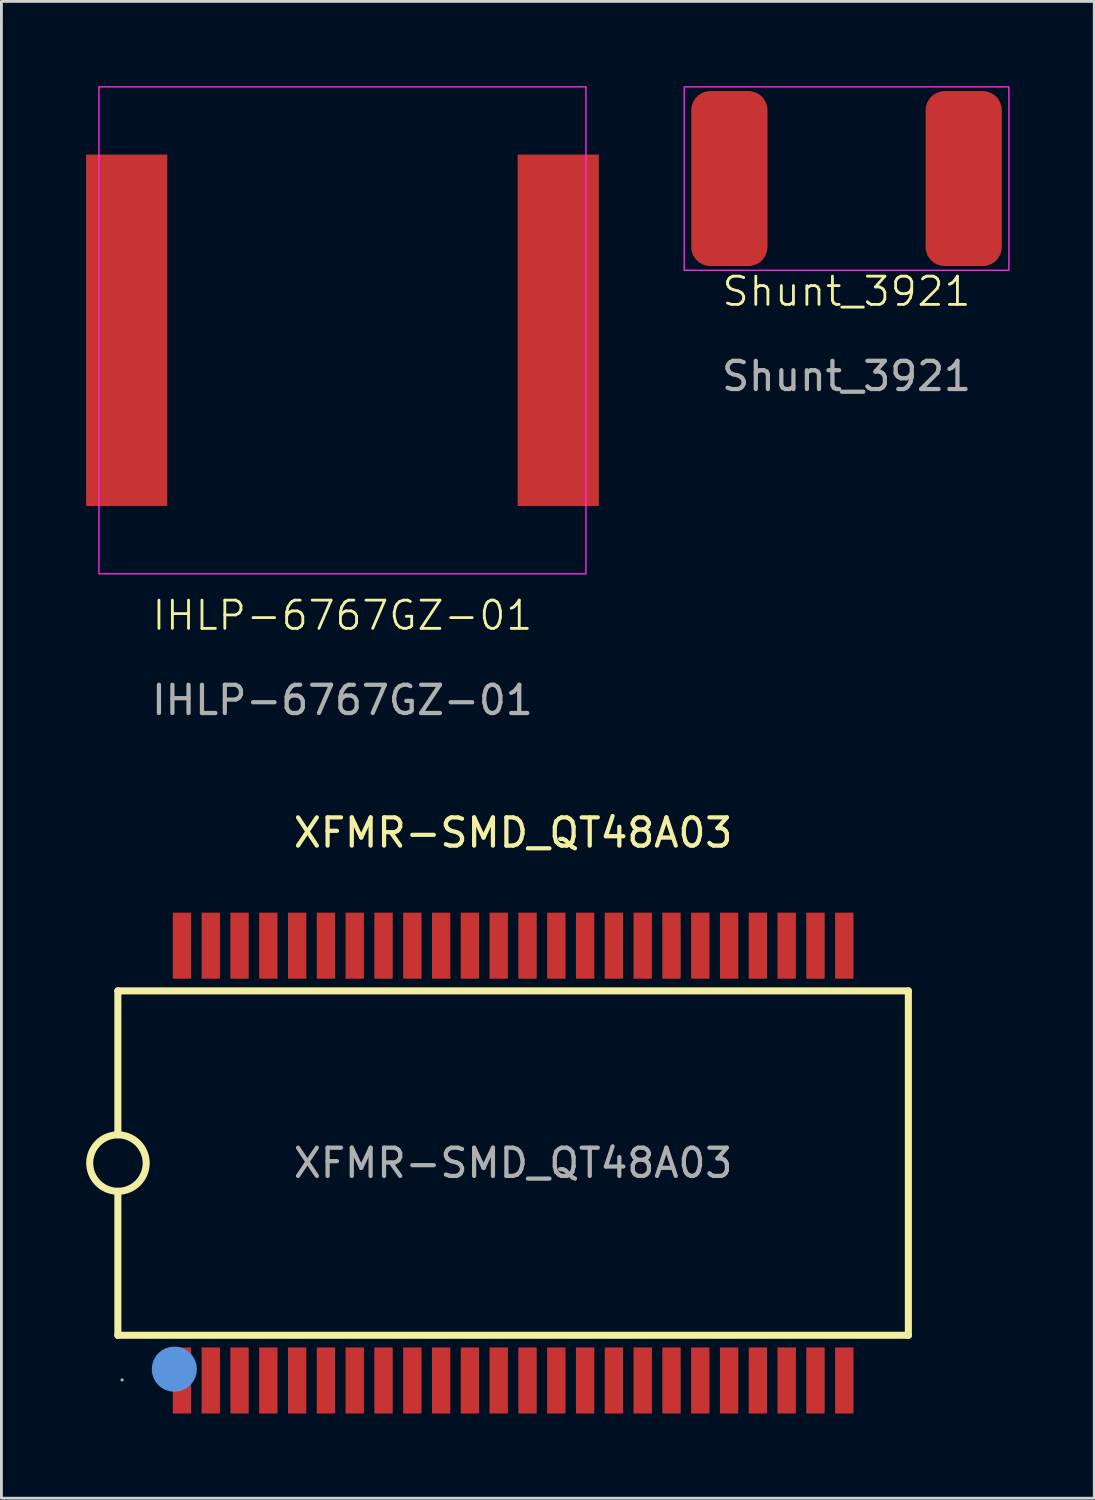
<source format=kicad_pcb>
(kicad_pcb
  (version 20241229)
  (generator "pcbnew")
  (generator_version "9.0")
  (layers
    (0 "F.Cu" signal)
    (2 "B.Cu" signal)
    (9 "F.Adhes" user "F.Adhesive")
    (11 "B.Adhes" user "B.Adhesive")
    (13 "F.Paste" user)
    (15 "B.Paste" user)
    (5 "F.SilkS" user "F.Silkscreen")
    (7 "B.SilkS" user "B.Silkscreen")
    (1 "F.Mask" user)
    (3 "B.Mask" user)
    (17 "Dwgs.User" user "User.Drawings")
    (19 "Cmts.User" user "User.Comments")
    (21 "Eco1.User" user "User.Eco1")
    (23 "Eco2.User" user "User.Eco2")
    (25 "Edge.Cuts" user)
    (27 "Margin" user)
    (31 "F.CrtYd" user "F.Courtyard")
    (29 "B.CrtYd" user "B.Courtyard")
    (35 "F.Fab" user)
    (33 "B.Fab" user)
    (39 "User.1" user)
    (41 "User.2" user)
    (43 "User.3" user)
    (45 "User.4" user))
  (footprint "IHLP-6767GZ-01"
    (layer "F.Cu")
    (at 9.08 8.65)
    (property "Reference" "IHLP-6767GZ-01" (at 0 10.1 0) (unlocked yes) (layer "F.SilkS") (effects (font (size 1 1) (thickness 0.1))))
    (attr smd)
    (fp_rect (start -8.625 -8.625) (end 8.625 8.625) (stroke (width 0.05) (type default)) (fill no) (layer "F.CrtYd"))
    (fp_text user "${REFERENCE}" (at 0 13.1 0) (unlocked yes) (layer "F.Fab") (effects (font (size 1 1) (thickness 0.15))))
    (pad "1" smd rect (at -7.643 0) (size 2.875 12.45) (layers "F.Cu" "F.Mask" "F.Paste"))
    (pad "2" smd rect (at 7.643 0) (size 2.875 12.45) (layers "F.Cu" "F.Mask" "F.Paste")))
  (footprint "XFMR-SMD_QT48A03"
    (layer "F.Cu")
    (at 15.125 38.147)
    (property "Reference" "XFMR-SMD_QT48A03" (at 0 -11.7 0) (layer "F.SilkS") (effects (font (size 1 1) (thickness 0.15))))
    (attr smd)
    (fp_line (start -14 -6.1) (end 14 -6.1) (stroke (width 0.25) (type solid)) (layer "F.SilkS"))
    (fp_line (start -14 -1) (end -14 -6.1) (stroke (width 0.25) (type solid)) (layer "F.SilkS"))
    (fp_line (start -14 6.1) (end -14 1) (stroke (width 0.25) (type solid)) (layer "F.SilkS"))
    (fp_line (start -14 6.1) (end 14 6.1) (stroke (width 0.25) (type solid)) (layer "F.SilkS"))
    (fp_line (start 14 6.1) (end 14 -6.1) (stroke (width 0.25) (type solid)) (layer "F.SilkS"))
    (fp_arc (start -14.017452 0.999848) (mid -13.991274 -0.999962) (end -14 1) (stroke (width 0.25) (type solid)) (layer "F.SilkS"))
    (fp_circle (center -12 7.3) (end -11.6 7.3) (stroke (width 0.8) (type solid)) (fill no) (layer "Cmts.User"))
    (fp_circle (center -13.85 7.68) (end -13.82 7.68) (stroke (width 0.06) (type solid)) (fill no) (layer "F.Fab"))
    (fp_text user "${REFERENCE}" (at 0 0 0) (layer "F.Fab") (effects (font (size 1 1) (thickness 0.15))))
    (pad "1" smd rect (at -11.73 7.7 90) (size 2.34 0.65) (layers "F.Cu" "F.Mask" "F.Paste"))
    (pad "2" smd rect (at -10.71 7.7 90) (size 2.34 0.65) (layers "F.Cu" "F.Mask" "F.Paste"))
    (pad "3" smd rect (at -9.69 7.7 90) (size 2.34 0.65) (layers "F.Cu" "F.Mask" "F.Paste"))
    (pad "4" smd rect (at -8.67 7.7 90) (size 2.34 0.65) (layers "F.Cu" "F.Mask" "F.Paste"))
    (pad "5" smd rect (at -7.65 7.7 90) (size 2.34 0.65) (layers "F.Cu" "F.Mask" "F.Paste"))
    (pad "6" smd rect (at -6.63 7.7 90) (size 2.34 0.65) (layers "F.Cu" "F.Mask" "F.Paste"))
    (pad "7" smd rect (at -5.61 7.7 90) (size 2.34 0.65) (layers "F.Cu" "F.Mask" "F.Paste"))
    (pad "8" smd rect (at -4.59 7.7 90) (size 2.34 0.65) (layers "F.Cu" "F.Mask" "F.Paste"))
    (pad "9" smd rect (at -3.57 7.7 90) (size 2.34 0.65) (layers "F.Cu" "F.Mask" "F.Paste"))
    (pad "10" smd rect (at -2.55 7.7 90) (size 2.34 0.65) (layers "F.Cu" "F.Mask" "F.Paste"))
    (pad "11" smd rect (at -1.53 7.7 90) (size 2.34 0.65) (layers "F.Cu" "F.Mask" "F.Paste"))
    (pad "12" smd rect (at -0.51 7.7 90) (size 2.34 0.65) (layers "F.Cu" "F.Mask" "F.Paste"))
    (pad "13" smd rect (at 0.51 7.7 90) (size 2.34 0.65) (layers "F.Cu" "F.Mask" "F.Paste"))
    (pad "14" smd rect (at 1.53 7.7 90) (size 2.34 0.65) (layers "F.Cu" "F.Mask" "F.Paste"))
    (pad "15" smd rect (at 2.55 7.7 90) (size 2.34 0.65) (layers "F.Cu" "F.Mask" "F.Paste"))
    (pad "16" smd rect (at 3.57 7.7 90) (size 2.34 0.65) (layers "F.Cu" "F.Mask" "F.Paste"))
    (pad "17" smd rect (at 4.59 7.7 90) (size 2.34 0.65) (layers "F.Cu" "F.Mask" "F.Paste"))
    (pad "18" smd rect (at 5.61 7.7 90) (size 2.34 0.65) (layers "F.Cu" "F.Mask" "F.Paste"))
    (pad "19" smd rect (at 6.63 7.7 90) (size 2.34 0.65) (layers "F.Cu" "F.Mask" "F.Paste"))
    (pad "20" smd rect (at 7.65 7.7 90) (size 2.34 0.65) (layers "F.Cu" "F.Mask" "F.Paste"))
    (pad "21" smd rect (at 8.67 7.7 90) (size 2.34 0.65) (layers "F.Cu" "F.Mask" "F.Paste"))
    (pad "22" smd rect (at 9.69 7.7 90) (size 2.34 0.65) (layers "F.Cu" "F.Mask" "F.Paste"))
    (pad "23" smd rect (at 10.71 7.7 90) (size 2.34 0.65) (layers "F.Cu" "F.Mask" "F.Paste"))
    (pad "24" smd rect (at 11.73 7.7 90) (size 2.34 0.65) (layers "F.Cu" "F.Mask" "F.Paste"))
    (pad "25" smd rect (at 11.73 -7.7 90) (size 2.34 0.65) (layers "F.Cu" "F.Mask" "F.Paste"))
    (pad "26" smd rect (at 10.71 -7.7 90) (size 2.34 0.65) (layers "F.Cu" "F.Mask" "F.Paste"))
    (pad "27" smd rect (at 9.69 -7.7 90) (size 2.34 0.65) (layers "F.Cu" "F.Mask" "F.Paste"))
    (pad "28" smd rect (at 8.67 -7.7 90) (size 2.34 0.65) (layers "F.Cu" "F.Mask" "F.Paste"))
    (pad "29" smd rect (at 7.65 -7.7 90) (size 2.34 0.65) (layers "F.Cu" "F.Mask" "F.Paste"))
    (pad "30" smd rect (at 6.63 -7.7 90) (size 2.34 0.65) (layers "F.Cu" "F.Mask" "F.Paste"))
    (pad "31" smd rect (at 5.61 -7.7 90) (size 2.34 0.65) (layers "F.Cu" "F.Mask" "F.Paste"))
    (pad "32" smd rect (at 4.59 -7.7 90) (size 2.34 0.65) (layers "F.Cu" "F.Mask" "F.Paste"))
    (pad "33" smd rect (at 3.57 -7.7 90) (size 2.34 0.65) (layers "F.Cu" "F.Mask" "F.Paste"))
    (pad "34" smd rect (at 2.55 -7.7 90) (size 2.34 0.65) (layers "F.Cu" "F.Mask" "F.Paste"))
    (pad "35" smd rect (at 1.53 -7.7 90) (size 2.34 0.65) (layers "F.Cu" "F.Mask" "F.Paste"))
    (pad "36" smd rect (at 0.51 -7.7 90) (size 2.34 0.65) (layers "F.Cu" "F.Mask" "F.Paste"))
    (pad "37" smd rect (at -0.51 -7.7 90) (size 2.34 0.65) (layers "F.Cu" "F.Mask" "F.Paste"))
    (pad "38" smd rect (at -1.53 -7.7 90) (size 2.34 0.65) (layers "F.Cu" "F.Mask" "F.Paste"))
    (pad "39" smd rect (at -2.55 -7.7 90) (size 2.34 0.65) (layers "F.Cu" "F.Mask" "F.Paste"))
    (pad "40" smd rect (at -3.57 -7.7 90) (size 2.34 0.65) (layers "F.Cu" "F.Mask" "F.Paste"))
    (pad "41" smd rect (at -4.59 -7.7 90) (size 2.34 0.65) (layers "F.Cu" "F.Mask" "F.Paste"))
    (pad "42" smd rect (at -5.61 -7.7 90) (size 2.34 0.65) (layers "F.Cu" "F.Mask" "F.Paste"))
    (pad "43" smd rect (at -6.63 -7.7 90) (size 2.34 0.65) (layers "F.Cu" "F.Mask" "F.Paste"))
    (pad "44" smd rect (at -7.65 -7.7 90) (size 2.34 0.65) (layers "F.Cu" "F.Mask" "F.Paste"))
    (pad "45" smd rect (at -8.67 -7.7 90) (size 2.34 0.65) (layers "F.Cu" "F.Mask" "F.Paste"))
    (pad "46" smd rect (at -9.69 -7.7 90) (size 2.34 0.65) (layers "F.Cu" "F.Mask" "F.Paste"))
    (pad "47" smd rect (at -10.71 -7.7 90) (size 2.34 0.65) (layers "F.Cu" "F.Mask" "F.Paste"))
    (pad "48" smd rect (at -11.73 -7.7 90) (size 2.34 0.65) (layers "F.Cu" "F.Mask" "F.Paste")))
  (footprint "Shunt_3921"
    (layer "F.Cu")
    (at 26.935 3.275)
    (property "Reference" "Shunt_3921" (at 0 4 0) (unlocked yes) (layer "F.SilkS") (effects (font (size 1 1) (thickness 0.1))))
    (attr smd)
    (fp_rect (start -5.75 3.25) (end 5.75 -3.25) (stroke (width 0.05) (type default)) (fill no) (layer "F.CrtYd"))
    (fp_text user "${REFERENCE}" (at 0 7 0) (unlocked yes) (layer "F.Fab") (effects (font (size 1 1) (thickness 0.15))))
    (pad "1" smd roundrect (at -4.15 0) (size 2.7 6.2) (layers "F.Cu" "F.Mask" "F.Paste") (roundrect_rratio 0.25))
    (pad "2" smd roundrect (at 4.15 0) (size 2.7 6.2) (layers "F.Cu" "F.Mask" "F.Paste") (roundrect_rratio 0.25)))
  (gr_rect
    (start -3 -3)
    (end 35.71 50.017)
    (stroke (width 0.1) (type default))
    (fill no)
    (layer "Edge.Cuts")))
</source>
